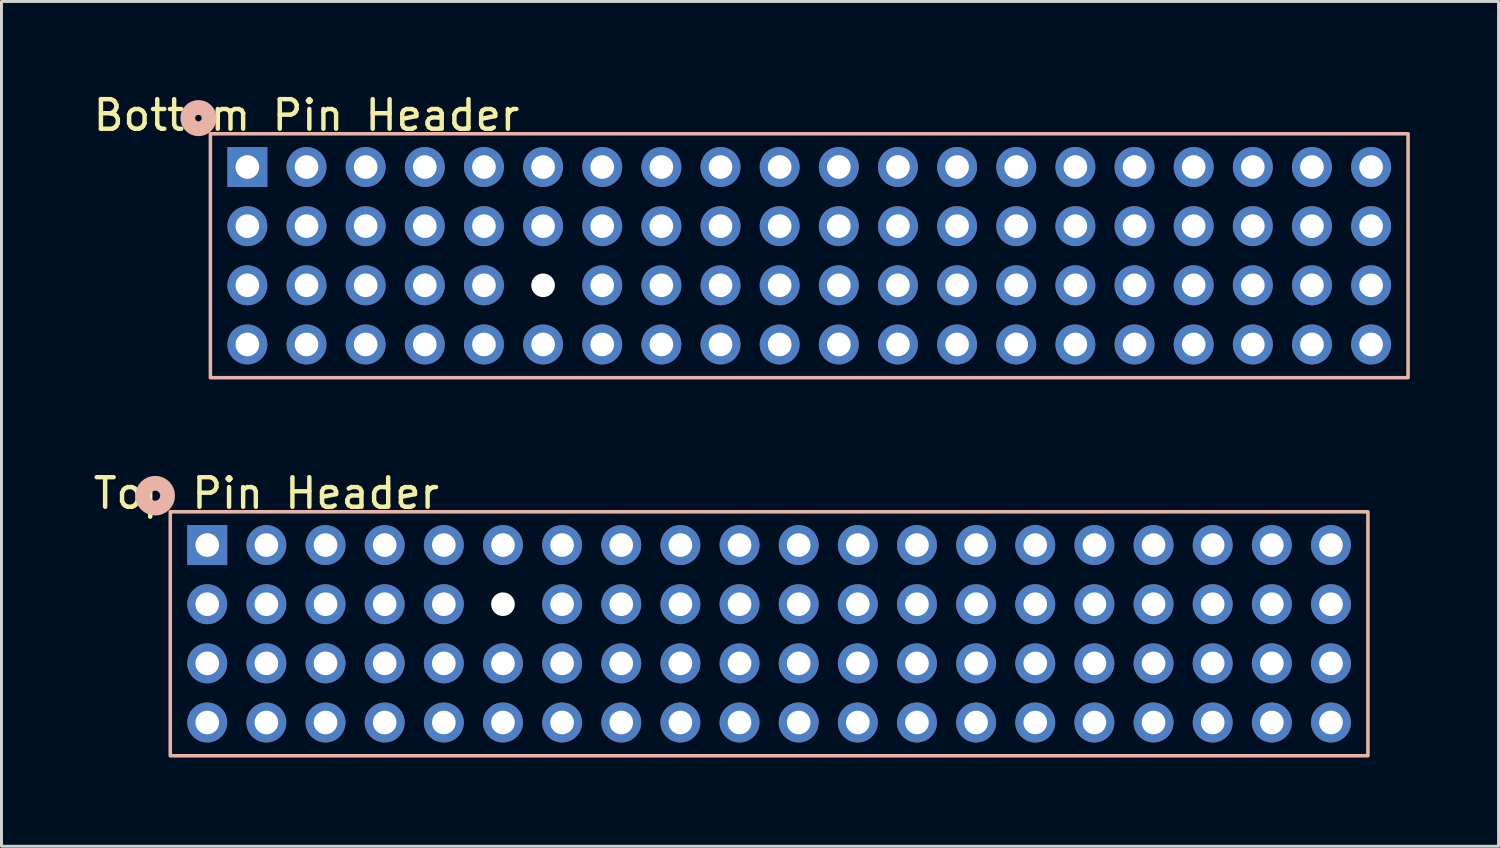
<source format=kicad_pcb>
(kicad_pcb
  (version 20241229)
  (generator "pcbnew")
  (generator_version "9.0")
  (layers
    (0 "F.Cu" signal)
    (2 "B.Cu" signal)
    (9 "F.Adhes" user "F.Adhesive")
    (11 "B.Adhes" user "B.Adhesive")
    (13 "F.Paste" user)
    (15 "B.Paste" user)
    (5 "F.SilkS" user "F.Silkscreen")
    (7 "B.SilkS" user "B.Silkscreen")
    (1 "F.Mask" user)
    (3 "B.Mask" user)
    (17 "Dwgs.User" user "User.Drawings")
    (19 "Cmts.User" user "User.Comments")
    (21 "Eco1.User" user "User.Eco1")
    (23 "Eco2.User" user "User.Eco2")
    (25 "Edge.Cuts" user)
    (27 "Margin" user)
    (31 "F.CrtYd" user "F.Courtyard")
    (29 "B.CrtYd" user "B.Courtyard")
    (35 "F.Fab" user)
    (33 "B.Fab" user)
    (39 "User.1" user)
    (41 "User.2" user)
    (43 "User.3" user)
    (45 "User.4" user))
  (footprint "Top Pin Header"
    (layer "F.Cu")
    (at 3.958 15.382)
    (property "Reference" "Top Pin Header" (at 2 -1.75 0) (unlocked yes) (layer "F.SilkS") (effects (font (size 1 1) (thickness 0.15))))
    (attr through_hole)
    (fp_rect (start -1.25 -1.125) (end 39.25 7.125) (stroke (width 0.12) (type default)) (fill no) (layer "B.SilkS"))
    (fp_circle (center -1.76 -1.67) (end -1.59 -1.67) (stroke (width 0.5) (type default)) (fill no) (layer "B.SilkS"))
    (pad "" np_thru_hole circle (at 10 2) (size 0.8 0.8) (drill 0.8) (layers "*.Cu" "*.Mask"))
    (pad "1" thru_hole rect (at 0 0) (size 1.35 1.35) (drill 0.8) (layers "*.Cu" "*.Mask"))
    (pad "2" thru_hole circle (at 2 0) (size 1.35 1.35) (drill 0.8) (layers "*.Cu" "*.Mask"))
    (pad "3" thru_hole circle (at 4 0) (size 1.35 1.35) (drill 0.8) (layers "*.Cu" "*.Mask"))
    (pad "4" thru_hole circle (at 6 0) (size 1.35 1.35) (drill 0.8) (layers "*.Cu" "*.Mask"))
    (pad "5" thru_hole circle (at 8 0) (size 1.35 1.35) (drill 0.8) (layers "*.Cu" "*.Mask"))
    (pad "6" thru_hole circle (at 10 0) (size 1.35 1.35) (drill 0.8) (layers "*.Cu" "*.Mask"))
    (pad "7" thru_hole circle (at 12 0) (size 1.35 1.35) (drill 0.8) (layers "*.Cu" "*.Mask"))
    (pad "8" thru_hole circle (at 14 0) (size 1.35 1.35) (drill 0.8) (layers "*.Cu" "*.Mask"))
    (pad "9" thru_hole circle (at 16 0) (size 1.35 1.35) (drill 0.8) (layers "*.Cu" "*.Mask"))
    (pad "10" thru_hole circle (at 18 0) (size 1.35 1.35) (drill 0.8) (layers "*.Cu" "*.Mask"))
    (pad "11" thru_hole circle (at 20 0) (size 1.35 1.35) (drill 0.8) (layers "*.Cu" "*.Mask"))
    (pad "12" thru_hole circle (at 22 0) (size 1.35 1.35) (drill 0.8) (layers "*.Cu" "*.Mask"))
    (pad "13" thru_hole circle (at 24 0) (size 1.35 1.35) (drill 0.8) (layers "*.Cu" "*.Mask"))
    (pad "14" thru_hole circle (at 26 0) (size 1.35 1.35) (drill 0.8) (layers "*.Cu" "*.Mask"))
    (pad "15" thru_hole circle (at 28 0) (size 1.35 1.35) (drill 0.8) (layers "*.Cu" "*.Mask"))
    (pad "16" thru_hole circle (at 30 0) (size 1.35 1.35) (drill 0.8) (layers "*.Cu" "*.Mask"))
    (pad "17" thru_hole circle (at 32 0) (size 1.35 1.35) (drill 0.8) (layers "*.Cu" "*.Mask"))
    (pad "18" thru_hole circle (at 34 0) (size 1.35 1.35) (drill 0.8) (layers "*.Cu" "*.Mask"))
    (pad "19" thru_hole circle (at 36 0) (size 1.35 1.35) (drill 0.8) (layers "*.Cu" "*.Mask"))
    (pad "20" thru_hole circle (at 38 0) (size 1.35 1.35) (drill 0.8) (layers "*.Cu" "*.Mask"))
    (pad "21" thru_hole circle (at 0 2) (size 1.35 1.35) (drill 0.8) (layers "*.Cu" "*.Mask"))
    (pad "22" thru_hole circle (at 2 2) (size 1.35 1.35) (drill 0.8) (layers "*.Cu" "*.Mask"))
    (pad "23" thru_hole circle (at 4 2) (size 1.35 1.35) (drill 0.8) (layers "*.Cu" "*.Mask"))
    (pad "24" thru_hole circle (at 6 2) (size 1.35 1.35) (drill 0.8) (layers "*.Cu" "*.Mask"))
    (pad "25" thru_hole circle (at 8 2) (size 1.35 1.35) (drill 0.8) (layers "*.Cu" "*.Mask"))
    (pad "27" thru_hole circle (at 12 2) (size 1.35 1.35) (drill 0.8) (layers "*.Cu" "*.Mask"))
    (pad "28" thru_hole circle (at 14 2) (size 1.35 1.35) (drill 0.8) (layers "*.Cu" "*.Mask"))
    (pad "29" thru_hole circle (at 16 2) (size 1.35 1.35) (drill 0.8) (layers "*.Cu" "*.Mask"))
    (pad "30" thru_hole circle (at 18 2) (size 1.35 1.35) (drill 0.8) (layers "*.Cu" "*.Mask"))
    (pad "31" thru_hole circle (at 20 2) (size 1.35 1.35) (drill 0.8) (layers "*.Cu" "*.Mask"))
    (pad "32" thru_hole circle (at 22 2) (size 1.35 1.35) (drill 0.8) (layers "*.Cu" "*.Mask"))
    (pad "33" thru_hole circle (at 24 2) (size 1.35 1.35) (drill 0.8) (layers "*.Cu" "*.Mask"))
    (pad "34" thru_hole circle (at 26 2) (size 1.35 1.35) (drill 0.8) (layers "*.Cu" "*.Mask"))
    (pad "35" thru_hole circle (at 28 2) (size 1.35 1.35) (drill 0.8) (layers "*.Cu" "*.Mask"))
    (pad "36" thru_hole circle (at 30 2) (size 1.35 1.35) (drill 0.8) (layers "*.Cu" "*.Mask"))
    (pad "37" thru_hole circle (at 32 2) (size 1.35 1.35) (drill 0.8) (layers "*.Cu" "*.Mask"))
    (pad "38" thru_hole circle (at 34 2) (size 1.35 1.35) (drill 0.8) (layers "*.Cu" "*.Mask"))
    (pad "39" thru_hole circle (at 36 2) (size 1.35 1.35) (drill 0.8) (layers "*.Cu" "*.Mask"))
    (pad "40" thru_hole circle (at 38 2) (size 1.35 1.35) (drill 0.8) (layers "*.Cu" "*.Mask"))
    (pad "41" thru_hole circle (at 0 4) (size 1.35 1.35) (drill 0.8) (layers "*.Cu" "*.Mask"))
    (pad "42" thru_hole circle (at 2 4) (size 1.35 1.35) (drill 0.8) (layers "*.Cu" "*.Mask"))
    (pad "43" thru_hole circle (at 4 4) (size 1.35 1.35) (drill 0.8) (layers "*.Cu" "*.Mask"))
    (pad "44" thru_hole circle (at 6 4) (size 1.35 1.35) (drill 0.8) (layers "*.Cu" "*.Mask"))
    (pad "45" thru_hole circle (at 8 4) (size 1.35 1.35) (drill 0.8) (layers "*.Cu" "*.Mask"))
    (pad "46" thru_hole circle (at 10 4) (size 1.35 1.35) (drill 0.8) (layers "*.Cu" "*.Mask"))
    (pad "47" thru_hole circle (at 12 4) (size 1.35 1.35) (drill 0.8) (layers "*.Cu" "*.Mask"))
    (pad "48" thru_hole circle (at 14 4) (size 1.35 1.35) (drill 0.8) (layers "*.Cu" "*.Mask"))
    (pad "49" thru_hole circle (at 16 4) (size 1.35 1.35) (drill 0.8) (layers "*.Cu" "*.Mask"))
    (pad "50" thru_hole circle (at 18 4) (size 1.35 1.35) (drill 0.8) (layers "*.Cu" "*.Mask"))
    (pad "51" thru_hole circle (at 20 4) (size 1.35 1.35) (drill 0.8) (layers "*.Cu" "*.Mask"))
    (pad "52" thru_hole circle (at 22 4) (size 1.35 1.35) (drill 0.8) (layers "*.Cu" "*.Mask"))
    (pad "53" thru_hole circle (at 24 4) (size 1.35 1.35) (drill 0.8) (layers "*.Cu" "*.Mask"))
    (pad "54" thru_hole circle (at 26 4) (size 1.35 1.35) (drill 0.8) (layers "*.Cu" "*.Mask"))
    (pad "55" thru_hole circle (at 28 4) (size 1.35 1.35) (drill 0.8) (layers "*.Cu" "*.Mask"))
    (pad "56" thru_hole circle (at 30 4) (size 1.35 1.35) (drill 0.8) (layers "*.Cu" "*.Mask"))
    (pad "57" thru_hole circle (at 32 4) (size 1.35 1.35) (drill 0.8) (layers "*.Cu" "*.Mask"))
    (pad "58" thru_hole circle (at 34 4) (size 1.35 1.35) (drill 0.8) (layers "*.Cu" "*.Mask"))
    (pad "59" thru_hole circle (at 36 4) (size 1.35 1.35) (drill 0.8) (layers "*.Cu" "*.Mask"))
    (pad "60" thru_hole circle (at 38 4) (size 1.35 1.35) (drill 0.8) (layers "*.Cu" "*.Mask"))
    (pad "61" thru_hole circle (at 0 6) (size 1.35 1.35) (drill 0.8) (layers "*.Cu" "*.Mask"))
    (pad "62" thru_hole circle (at 2 6) (size 1.35 1.35) (drill 0.8) (layers "*.Cu" "*.Mask"))
    (pad "63" thru_hole circle (at 4 6) (size 1.35 1.35) (drill 0.8) (layers "*.Cu" "*.Mask"))
    (pad "64" thru_hole circle (at 6 6) (size 1.35 1.35) (drill 0.8) (layers "*.Cu" "*.Mask"))
    (pad "65" thru_hole circle (at 8 6) (size 1.35 1.35) (drill 0.8) (layers "*.Cu" "*.Mask"))
    (pad "66" thru_hole circle (at 10 6) (size 1.35 1.35) (drill 0.8) (layers "*.Cu" "*.Mask"))
    (pad "67" thru_hole circle (at 12 6) (size 1.35 1.35) (drill 0.8) (layers "*.Cu" "*.Mask"))
    (pad "68" thru_hole circle (at 14 6) (size 1.35 1.35) (drill 0.8) (layers "*.Cu" "*.Mask"))
    (pad "69" thru_hole circle (at 16 6) (size 1.35 1.35) (drill 0.8) (layers "*.Cu" "*.Mask"))
    (pad "70" thru_hole circle (at 18 6) (size 1.35 1.35) (drill 0.8) (layers "*.Cu" "*.Mask"))
    (pad "71" thru_hole circle (at 20 6) (size 1.35 1.35) (drill 0.8) (layers "*.Cu" "*.Mask"))
    (pad "72" thru_hole circle (at 22 6) (size 1.35 1.35) (drill 0.8) (layers "*.Cu" "*.Mask"))
    (pad "73" thru_hole circle (at 24 6) (size 1.35 1.35) (drill 0.8) (layers "*.Cu" "*.Mask"))
    (pad "74" thru_hole circle (at 26 6) (size 1.35 1.35) (drill 0.8) (layers "*.Cu" "*.Mask"))
    (pad "75" thru_hole circle (at 28 6) (size 1.35 1.35) (drill 0.8) (layers "*.Cu" "*.Mask"))
    (pad "76" thru_hole circle (at 30 6) (size 1.35 1.35) (drill 0.8) (layers "*.Cu" "*.Mask"))
    (pad "77" thru_hole circle (at 32 6) (size 1.35 1.35) (drill 0.8) (layers "*.Cu" "*.Mask"))
    (pad "78" thru_hole circle (at 34 6) (size 1.35 1.35) (drill 0.8) (layers "*.Cu" "*.Mask"))
    (pad "79" thru_hole circle (at 36 6) (size 1.35 1.35) (drill 0.8) (layers "*.Cu" "*.Mask"))
    (pad "80" thru_hole circle (at 38 6) (size 1.35 1.35) (drill 0.8) (layers "*.Cu" "*.Mask")))
  (footprint "Bottom Pin Header"
    (layer "F.Cu")
    (at 5.315 2.598)
    (property "Reference" "Bottom Pin Header" (at 2 -1.75 0) (unlocked yes) (layer "F.SilkS") (effects (font (size 1 1) (thickness 0.15))))
    (attr through_hole)
    (fp_rect (start -1.25 -1.125) (end 39.25 7.125) (stroke (width 0.12) (type default)) (fill no) (layer "B.SilkS"))
    (fp_circle (center -1.654 -1.654) (end -1.544 -1.654) (stroke (width 0.5) (type default)) (fill no) (layer "B.SilkS"))
    (pad "" np_thru_hole circle (at 10 4) (size 0.8 0.8) (drill 0.8) (layers "*.Cu" "*.Mask"))
    (pad "1" thru_hole rect (at 0 0) (size 1.35 1.35) (drill 0.8) (layers "*.Cu" "*.Mask"))
    (pad "2" thru_hole circle (at 2 0) (size 1.35 1.35) (drill 0.8) (layers "*.Cu" "*.Mask"))
    (pad "3" thru_hole circle (at 4 0) (size 1.35 1.35) (drill 0.8) (layers "*.Cu" "*.Mask"))
    (pad "4" thru_hole circle (at 6 0) (size 1.35 1.35) (drill 0.8) (layers "*.Cu" "*.Mask"))
    (pad "5" thru_hole circle (at 8 0) (size 1.35 1.35) (drill 0.8) (layers "*.Cu" "*.Mask"))
    (pad "6" thru_hole circle (at 10 0) (size 1.35 1.35) (drill 0.8) (layers "*.Cu" "*.Mask"))
    (pad "7" thru_hole circle (at 12 0) (size 1.35 1.35) (drill 0.8) (layers "*.Cu" "*.Mask"))
    (pad "8" thru_hole circle (at 14 0) (size 1.35 1.35) (drill 0.8) (layers "*.Cu" "*.Mask"))
    (pad "9" thru_hole circle (at 16 0) (size 1.35 1.35) (drill 0.8) (layers "*.Cu" "*.Mask"))
    (pad "10" thru_hole circle (at 18 0) (size 1.35 1.35) (drill 0.8) (layers "*.Cu" "*.Mask"))
    (pad "11" thru_hole circle (at 20 0) (size 1.35 1.35) (drill 0.8) (layers "*.Cu" "*.Mask"))
    (pad "12" thru_hole circle (at 22 0) (size 1.35 1.35) (drill 0.8) (layers "*.Cu" "*.Mask"))
    (pad "13" thru_hole circle (at 24 0) (size 1.35 1.35) (drill 0.8) (layers "*.Cu" "*.Mask"))
    (pad "14" thru_hole circle (at 26 0) (size 1.35 1.35) (drill 0.8) (layers "*.Cu" "*.Mask"))
    (pad "15" thru_hole circle (at 28 0) (size 1.35 1.35) (drill 0.8) (layers "*.Cu" "*.Mask"))
    (pad "16" thru_hole circle (at 30 0) (size 1.35 1.35) (drill 0.8) (layers "*.Cu" "*.Mask"))
    (pad "17" thru_hole circle (at 32 0) (size 1.35 1.35) (drill 0.8) (layers "*.Cu" "*.Mask"))
    (pad "18" thru_hole circle (at 34 0) (size 1.35 1.35) (drill 0.8) (layers "*.Cu" "*.Mask"))
    (pad "19" thru_hole circle (at 36 0) (size 1.35 1.35) (drill 0.8) (layers "*.Cu" "*.Mask"))
    (pad "20" thru_hole circle (at 38 0) (size 1.35 1.35) (drill 0.8) (layers "*.Cu" "*.Mask"))
    (pad "21" thru_hole circle (at 0 2) (size 1.35 1.35) (drill 0.8) (layers "*.Cu" "*.Mask"))
    (pad "22" thru_hole circle (at 2 2) (size 1.35 1.35) (drill 0.8) (layers "*.Cu" "*.Mask"))
    (pad "23" thru_hole circle (at 4 2) (size 1.35 1.35) (drill 0.8) (layers "*.Cu" "*.Mask"))
    (pad "24" thru_hole circle (at 6 2) (size 1.35 1.35) (drill 0.8) (layers "*.Cu" "*.Mask"))
    (pad "25" thru_hole circle (at 8 2) (size 1.35 1.35) (drill 0.8) (layers "*.Cu" "*.Mask"))
    (pad "26" thru_hole circle (at 10 2) (size 1.35 1.35) (drill 0.8) (layers "*.Cu" "*.Mask"))
    (pad "27" thru_hole circle (at 12 2) (size 1.35 1.35) (drill 0.8) (layers "*.Cu" "*.Mask"))
    (pad "28" thru_hole circle (at 14 2) (size 1.35 1.35) (drill 0.8) (layers "*.Cu" "*.Mask"))
    (pad "29" thru_hole circle (at 16 2) (size 1.35 1.35) (drill 0.8) (layers "*.Cu" "*.Mask"))
    (pad "30" thru_hole circle (at 18 2) (size 1.35 1.35) (drill 0.8) (layers "*.Cu" "*.Mask"))
    (pad "31" thru_hole circle (at 20 2) (size 1.35 1.35) (drill 0.8) (layers "*.Cu" "*.Mask"))
    (pad "32" thru_hole circle (at 22 2) (size 1.35 1.35) (drill 0.8) (layers "*.Cu" "*.Mask"))
    (pad "33" thru_hole circle (at 24 2) (size 1.35 1.35) (drill 0.8) (layers "*.Cu" "*.Mask"))
    (pad "34" thru_hole circle (at 26 2) (size 1.35 1.35) (drill 0.8) (layers "*.Cu" "*.Mask"))
    (pad "35" thru_hole circle (at 28 2) (size 1.35 1.35) (drill 0.8) (layers "*.Cu" "*.Mask"))
    (pad "36" thru_hole circle (at 30 2) (size 1.35 1.35) (drill 0.8) (layers "*.Cu" "*.Mask"))
    (pad "37" thru_hole circle (at 32 2) (size 1.35 1.35) (drill 0.8) (layers "*.Cu" "*.Mask"))
    (pad "38" thru_hole circle (at 34 2) (size 1.35 1.35) (drill 0.8) (layers "*.Cu" "*.Mask"))
    (pad "39" thru_hole circle (at 36 2) (size 1.35 1.35) (drill 0.8) (layers "*.Cu" "*.Mask"))
    (pad "40" thru_hole circle (at 38 2) (size 1.35 1.35) (drill 0.8) (layers "*.Cu" "*.Mask"))
    (pad "41" thru_hole circle (at 0 4) (size 1.35 1.35) (drill 0.8) (layers "*.Cu" "*.Mask"))
    (pad "42" thru_hole circle (at 2 4) (size 1.35 1.35) (drill 0.8) (layers "*.Cu" "*.Mask"))
    (pad "43" thru_hole circle (at 4 4) (size 1.35 1.35) (drill 0.8) (layers "*.Cu" "*.Mask"))
    (pad "44" thru_hole circle (at 6 4) (size 1.35 1.35) (drill 0.8) (layers "*.Cu" "*.Mask"))
    (pad "45" thru_hole circle (at 8 4) (size 1.35 1.35) (drill 0.8) (layers "*.Cu" "*.Mask"))
    (pad "47" thru_hole circle (at 12 4) (size 1.35 1.35) (drill 0.8) (layers "*.Cu" "*.Mask"))
    (pad "48" thru_hole circle (at 14 4) (size 1.35 1.35) (drill 0.8) (layers "*.Cu" "*.Mask"))
    (pad "49" thru_hole circle (at 16 4) (size 1.35 1.35) (drill 0.8) (layers "*.Cu" "*.Mask"))
    (pad "50" thru_hole circle (at 18 4) (size 1.35 1.35) (drill 0.8) (layers "*.Cu" "*.Mask"))
    (pad "51" thru_hole circle (at 20 4) (size 1.35 1.35) (drill 0.8) (layers "*.Cu" "*.Mask"))
    (pad "52" thru_hole circle (at 22 4) (size 1.35 1.35) (drill 0.8) (layers "*.Cu" "*.Mask"))
    (pad "53" thru_hole circle (at 24 4) (size 1.35 1.35) (drill 0.8) (layers "*.Cu" "*.Mask"))
    (pad "54" thru_hole circle (at 26 4) (size 1.35 1.35) (drill 0.8) (layers "*.Cu" "*.Mask"))
    (pad "55" thru_hole circle (at 28 4) (size 1.35 1.35) (drill 0.8) (layers "*.Cu" "*.Mask"))
    (pad "56" thru_hole circle (at 30 4) (size 1.35 1.35) (drill 0.8) (layers "*.Cu" "*.Mask"))
    (pad "57" thru_hole circle (at 32 4) (size 1.35 1.35) (drill 0.8) (layers "*.Cu" "*.Mask"))
    (pad "58" thru_hole circle (at 34 4) (size 1.35 1.35) (drill 0.8) (layers "*.Cu" "*.Mask"))
    (pad "59" thru_hole circle (at 36 4) (size 1.35 1.35) (drill 0.8) (layers "*.Cu" "*.Mask"))
    (pad "60" thru_hole circle (at 38 4) (size 1.35 1.35) (drill 0.8) (layers "*.Cu" "*.Mask"))
    (pad "61" thru_hole circle (at 0 6) (size 1.35 1.35) (drill 0.8) (layers "*.Cu" "*.Mask"))
    (pad "62" thru_hole circle (at 2 6) (size 1.35 1.35) (drill 0.8) (layers "*.Cu" "*.Mask"))
    (pad "63" thru_hole circle (at 4 6) (size 1.35 1.35) (drill 0.8) (layers "*.Cu" "*.Mask"))
    (pad "64" thru_hole circle (at 6 6) (size 1.35 1.35) (drill 0.8) (layers "*.Cu" "*.Mask"))
    (pad "65" thru_hole circle (at 8 6) (size 1.35 1.35) (drill 0.8) (layers "*.Cu" "*.Mask"))
    (pad "66" thru_hole circle (at 10 6) (size 1.35 1.35) (drill 0.8) (layers "*.Cu" "*.Mask"))
    (pad "67" thru_hole circle (at 12 6) (size 1.35 1.35) (drill 0.8) (layers "*.Cu" "*.Mask"))
    (pad "68" thru_hole circle (at 14 6) (size 1.35 1.35) (drill 0.8) (layers "*.Cu" "*.Mask"))
    (pad "69" thru_hole circle (at 16 6) (size 1.35 1.35) (drill 0.8) (layers "*.Cu" "*.Mask"))
    (pad "70" thru_hole circle (at 18 6) (size 1.35 1.35) (drill 0.8) (layers "*.Cu" "*.Mask"))
    (pad "71" thru_hole circle (at 20 6) (size 1.35 1.35) (drill 0.8) (layers "*.Cu" "*.Mask"))
    (pad "72" thru_hole circle (at 22 6) (size 1.35 1.35) (drill 0.8) (layers "*.Cu" "*.Mask"))
    (pad "73" thru_hole circle (at 24 6) (size 1.35 1.35) (drill 0.8) (layers "*.Cu" "*.Mask"))
    (pad "74" thru_hole circle (at 26 6) (size 1.35 1.35) (drill 0.8) (layers "*.Cu" "*.Mask"))
    (pad "75" thru_hole circle (at 28 6) (size 1.35 1.35) (drill 0.8) (layers "*.Cu" "*.Mask"))
    (pad "76" thru_hole circle (at 30 6) (size 1.35 1.35) (drill 0.8) (layers "*.Cu" "*.Mask"))
    (pad "77" thru_hole circle (at 32 6) (size 1.35 1.35) (drill 0.8) (layers "*.Cu" "*.Mask"))
    (pad "78" thru_hole circle (at 34 6) (size 1.35 1.35) (drill 0.8) (layers "*.Cu" "*.Mask"))
    (pad "79" thru_hole circle (at 36 6) (size 1.35 1.35) (drill 0.8) (layers "*.Cu" "*.Mask"))
    (pad "80" thru_hole circle (at 38 6) (size 1.35 1.35) (drill 0.8) (layers "*.Cu" "*.Mask")))
  (gr_rect
    (start -3 -3)
    (end 47.625 25.567)
    (stroke (width 0.1) (type default))
    (fill no)
    (layer "Edge.Cuts")))
</source>
